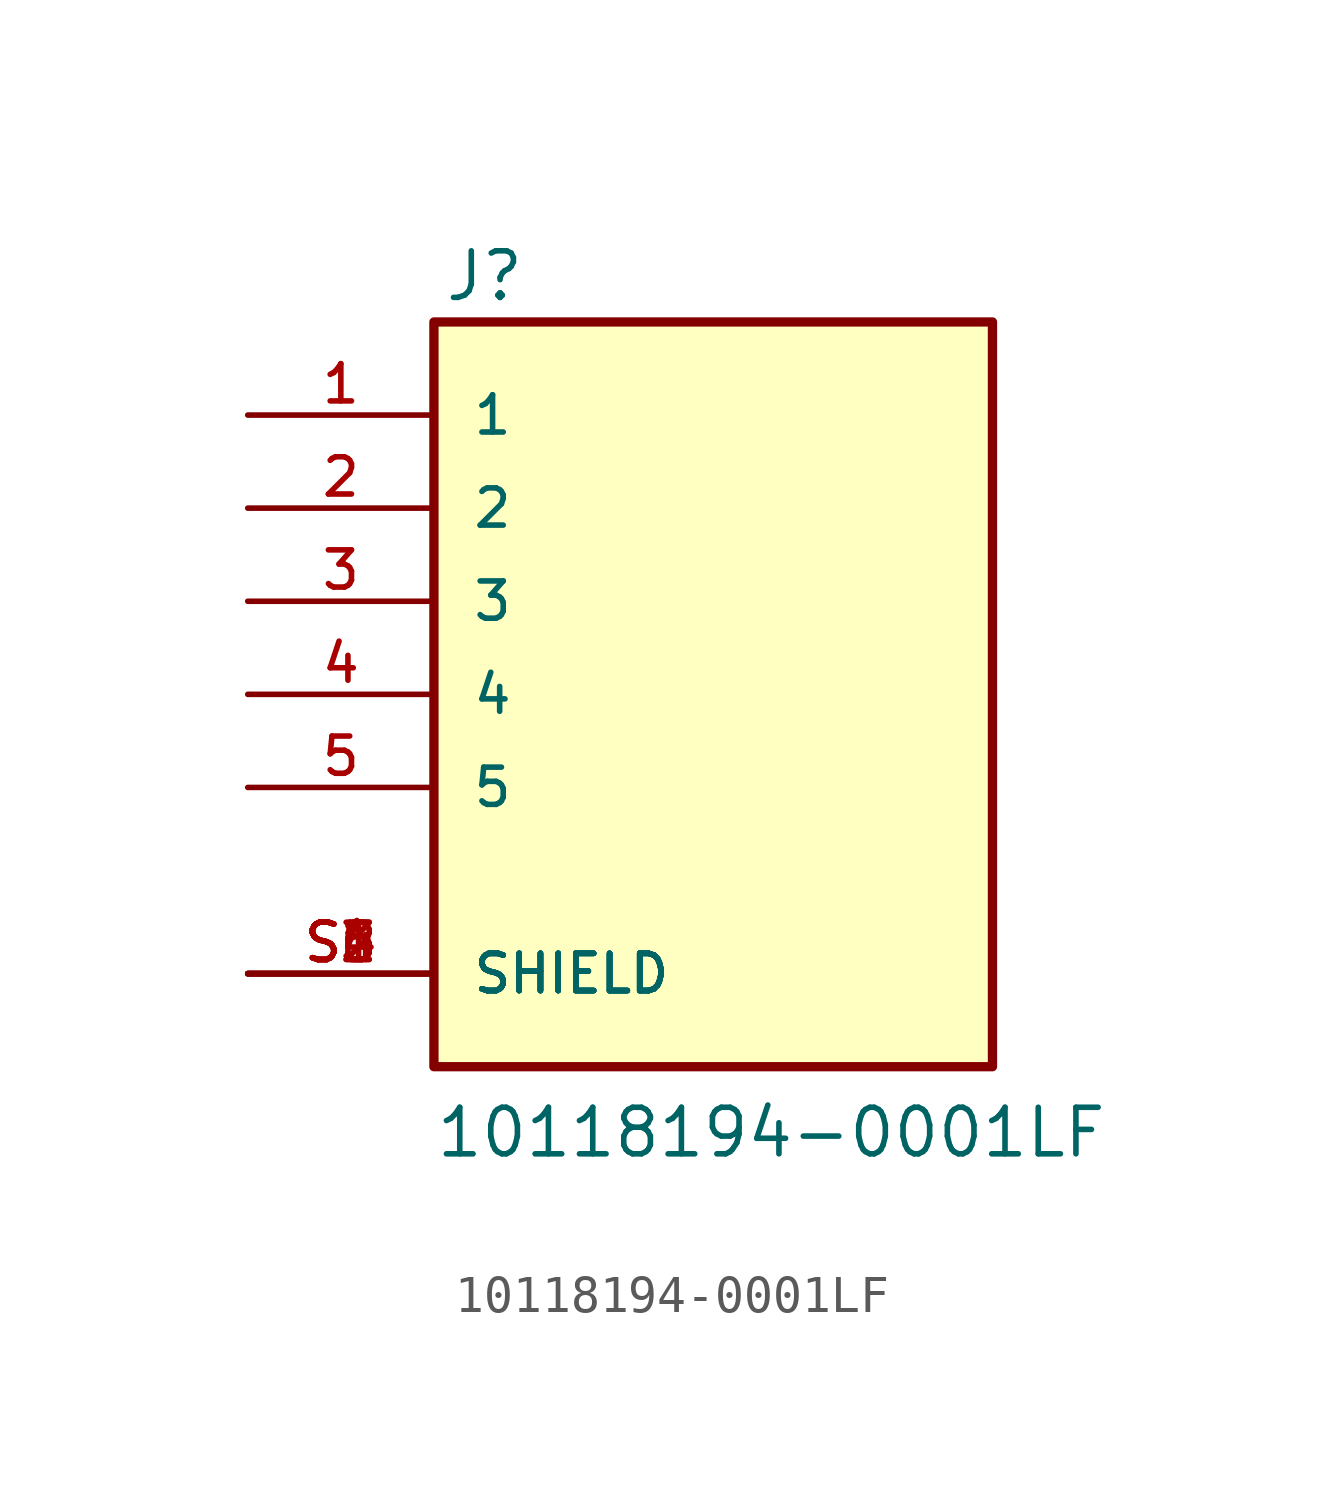
<source format=kicad_sym>
(kicad_symbol_lib
  (version 20211014)
  (generator kicad_symbol_editor)
  (symbol "10118194-0001LF"
    (pin_names
      (offset 1.016))
    (property "Reference" "J"
      (at -7.366 10.668 0)
      (effects (font (size 1.27 1.27)) (justify left bottom)))
    (property "Value" "10118194-0001LF"
      (at -7.62 -12.7 0)
      (effects (font (size 1.27 1.27)) (justify left bottom)))
    (property "ki_locked" ""
      (at 0 0 0)
      (effects (font (size 1.27 1.27))))
    (symbol "10118194-0001LF_0_0"
      (rectangle (start -7.62 -10.16) (end 7.62 10.16) (stroke (width 0.254) (type default) (color 0 0 0 0)) (fill (type background)))
      (pin passive line (at -12.7 7.62 0) (length 5.08) (name "1" (effects (font (size 1.016 1.016)))) (number "1" (effects (font (size 1.016 1.016)))))
      (pin passive line (at -12.7 5.08 0) (length 5.08) (name "2" (effects (font (size 1.016 1.016)))) (number "2" (effects (font (size 1.016 1.016)))))
      (pin passive line (at -12.7 2.54 0) (length 5.08) (name "3" (effects (font (size 1.016 1.016)))) (number "3" (effects (font (size 1.016 1.016)))))
      (pin passive line (at -12.7 0 0) (length 5.08) (name "4" (effects (font (size 1.016 1.016)))) (number "4" (effects (font (size 1.016 1.016)))))
      (pin passive line (at -12.7 -2.54 0) (length 5.08) (name "5" (effects (font (size 1.016 1.016)))) (number "5" (effects (font (size 1.016 1.016)))))
      (pin passive line (at -12.7 -7.62 0) (length 5.08) (name "SHIELD" (effects (font (size 1.016 1.016)))) (number "S1" (effects (font (size 1.016 1.016)))))
      (pin passive line (at -12.7 -7.62 0) (length 5.08) (name "SHIELD" (effects (font (size 1.016 1.016)))) (number "S2" (effects (font (size 1.016 1.016)))))
      (pin passive line (at -12.7 -7.62 0) (length 5.08) (name "SHIELD" (effects (font (size 1.016 1.016)))) (number "S3" (effects (font (size 1.016 1.016)))))
      (pin passive line (at -12.7 -7.62 0) (length 5.08) (name "SHIELD" (effects (font (size 1.016 1.016)))) (number "S4" (effects (font (size 1.016 1.016)))))
      (pin passive line (at -12.7 -7.62 0) (length 5.08) (name "SHIELD" (effects (font (size 1.016 1.016)))) (number "S5" (effects (font (size 1.016 1.016)))))
      (pin passive line (at -12.7 -7.62 0) (length 5.08) (name "SHIELD" (effects (font (size 1.016 1.016)))) (number "S6" (effects (font (size 1.016 1.016))))))))
</source>
